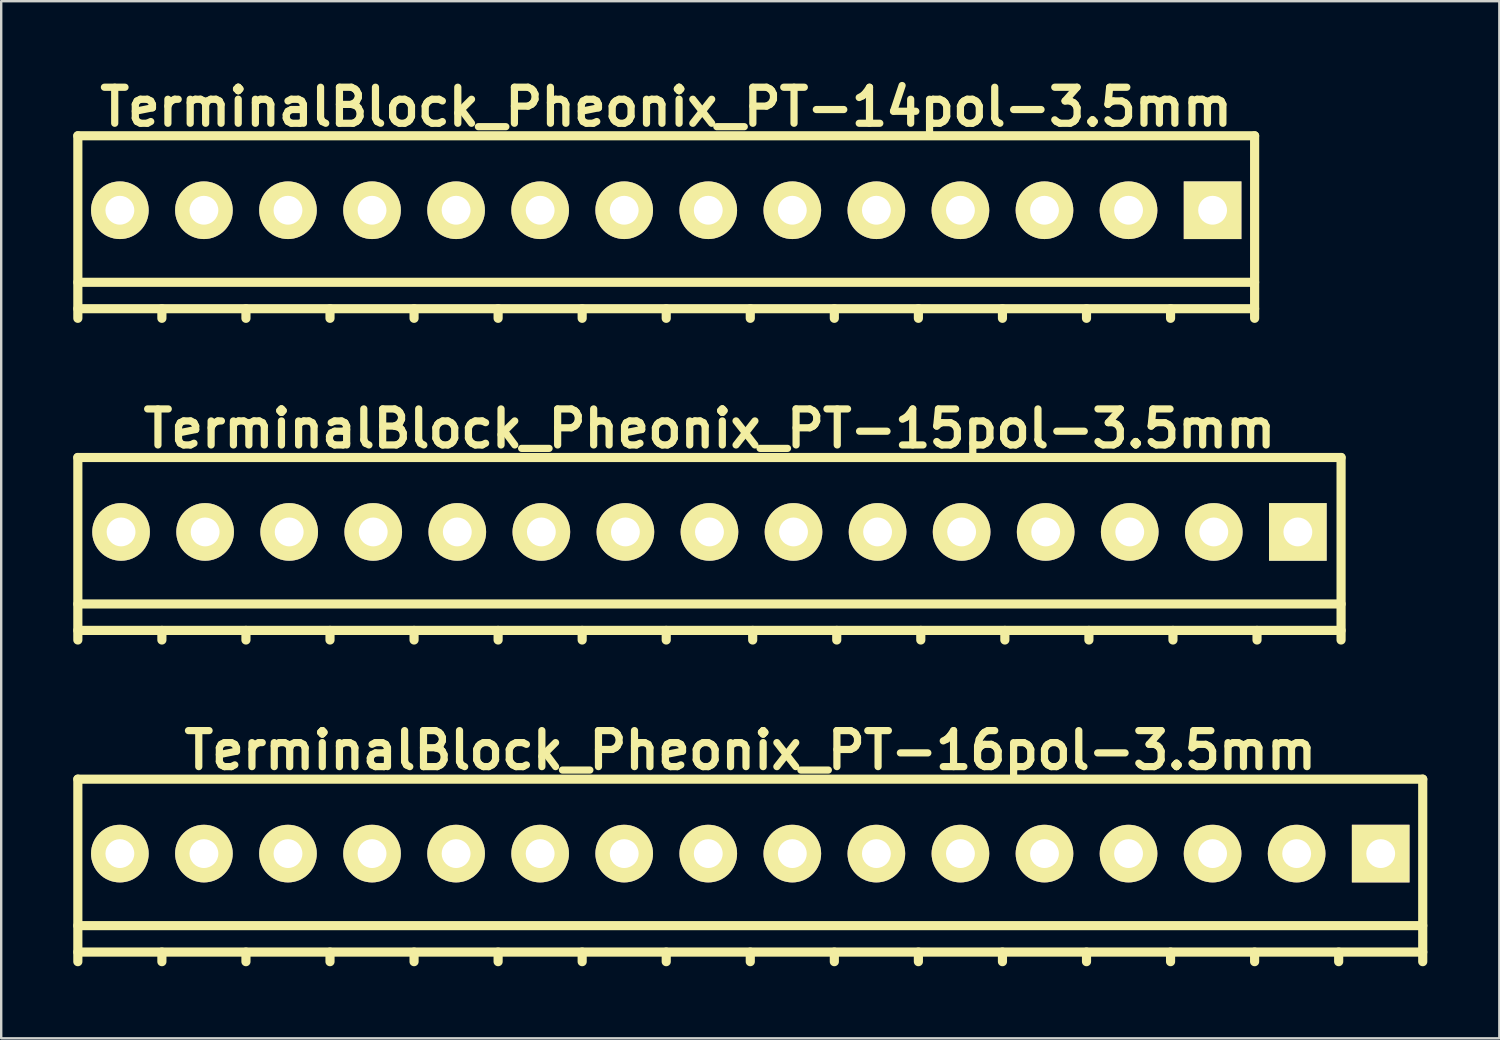
<source format=kicad_pcb>
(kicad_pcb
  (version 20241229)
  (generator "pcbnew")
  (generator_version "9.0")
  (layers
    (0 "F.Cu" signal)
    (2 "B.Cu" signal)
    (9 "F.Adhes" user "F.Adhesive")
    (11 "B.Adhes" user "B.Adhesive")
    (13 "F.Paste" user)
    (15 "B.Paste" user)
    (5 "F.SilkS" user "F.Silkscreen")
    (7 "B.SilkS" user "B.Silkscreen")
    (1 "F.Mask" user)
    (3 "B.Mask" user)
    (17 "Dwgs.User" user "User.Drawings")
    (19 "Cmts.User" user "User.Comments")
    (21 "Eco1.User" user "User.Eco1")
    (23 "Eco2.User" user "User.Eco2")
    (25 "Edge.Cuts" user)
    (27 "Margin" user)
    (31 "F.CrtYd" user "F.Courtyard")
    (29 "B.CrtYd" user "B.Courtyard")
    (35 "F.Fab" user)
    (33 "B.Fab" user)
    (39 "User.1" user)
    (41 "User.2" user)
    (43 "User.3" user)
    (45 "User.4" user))
  (footprint "TerminalBlock_Pheonix_PT-14pol-3.5mm"
    (layer "F.Cu")
    (at 24.691 6.404)
    (property "Reference" "TerminalBlock_Pheonix_PT-14pol-3.5mm" (at 0 -5 0) (layer "F.SilkS") (effects (font (size 1.5 1.5) (thickness 0.3))))
    (attr through_hole)
    (fp_line (start -24.5 -3.8) (end -24.5 3.8) (stroke (width 0.381) (type solid)) (layer "F.SilkS"))
    (fp_line (start -24.5 2.3) (end 24.5 2.3) (stroke (width 0.381) (type solid)) (layer "F.SilkS"))
    (fp_line (start -24.5 3.4) (end 24.5 3.4) (stroke (width 0.381) (type solid)) (layer "F.SilkS"))
    (fp_line (start -21 3.4) (end -21 3.8) (stroke (width 0.381) (type solid)) (layer "F.SilkS"))
    (fp_line (start -17.5 3.4) (end -17.5 3.8) (stroke (width 0.381) (type solid)) (layer "F.SilkS"))
    (fp_line (start -14 3.4) (end -14 3.8) (stroke (width 0.381) (type solid)) (layer "F.SilkS"))
    (fp_line (start -10.5 3.4) (end -10.5 3.8) (stroke (width 0.381) (type solid)) (layer "F.SilkS"))
    (fp_line (start -7 3.4) (end -7 3.8) (stroke (width 0.381) (type solid)) (layer "F.SilkS"))
    (fp_line (start -3.5 3.4) (end -3.5 3.8) (stroke (width 0.381) (type solid)) (layer "F.SilkS"))
    (fp_line (start 0 3.4) (end 0 3.8) (stroke (width 0.381) (type solid)) (layer "F.SilkS"))
    (fp_line (start 3.5 3.4) (end 3.5 3.8) (stroke (width 0.381) (type solid)) (layer "F.SilkS"))
    (fp_line (start 7 3.4) (end 7 3.8) (stroke (width 0.381) (type solid)) (layer "F.SilkS"))
    (fp_line (start 10.5 3.4) (end 10.5 3.8) (stroke (width 0.381) (type solid)) (layer "F.SilkS"))
    (fp_line (start 14 3.4) (end 14 3.8) (stroke (width 0.381) (type solid)) (layer "F.SilkS"))
    (fp_line (start 17.5 3.4) (end 17.5 3.8) (stroke (width 0.381) (type solid)) (layer "F.SilkS"))
    (fp_line (start 21 3.4) (end 21 3.8) (stroke (width 0.381) (type solid)) (layer "F.SilkS"))
    (fp_line (start 24.5 -3.8) (end -24.5 -3.8) (stroke (width 0.381) (type solid)) (layer "F.SilkS"))
    (fp_line (start 24.5 3.8) (end 24.5 -3.8) (stroke (width 0.381) (type solid)) (layer "F.SilkS"))
    (pad "1" thru_hole rect (at 22.75 -0.7) (size 2.4 2.4) (drill 1.2) (layers "*.Cu" "*.Mask" "F.SilkS"))
    (pad "2" thru_hole circle (at 19.25 -0.7) (size 2.4 2.4) (drill 1.2) (layers "*.Cu" "*.Mask" "F.SilkS"))
    (pad "3" thru_hole circle (at 15.75 -0.7) (size 2.4 2.4) (drill 1.2) (layers "*.Cu" "*.Mask" "F.SilkS"))
    (pad "4" thru_hole circle (at 12.25 -0.7) (size 2.4 2.4) (drill 1.2) (layers "*.Cu" "*.Mask" "F.SilkS"))
    (pad "5" thru_hole circle (at 8.75 -0.7) (size 2.4 2.4) (drill 1.2) (layers "*.Cu" "*.Mask" "F.SilkS"))
    (pad "6" thru_hole circle (at 5.25 -0.7) (size 2.4 2.4) (drill 1.2) (layers "*.Cu" "*.Mask" "F.SilkS"))
    (pad "7" thru_hole circle (at 1.75 -0.7) (size 2.4 2.4) (drill 1.2) (layers "*.Cu" "*.Mask" "F.SilkS"))
    (pad "8" thru_hole circle (at -1.75 -0.7) (size 2.4 2.4) (drill 1.2) (layers "*.Cu" "*.Mask" "F.SilkS"))
    (pad "9" thru_hole circle (at -5.25 -0.7) (size 2.4 2.4) (drill 1.2) (layers "*.Cu" "*.Mask" "F.SilkS"))
    (pad "10" thru_hole circle (at -8.75 -0.7) (size 2.4 2.4) (drill 1.2) (layers "*.Cu" "*.Mask" "F.SilkS"))
    (pad "11" thru_hole circle (at -12.25 -0.7) (size 2.4 2.4) (drill 1.2) (layers "*.Cu" "*.Mask" "F.SilkS"))
    (pad "12" thru_hole circle (at -15.75 -0.7) (size 2.4 2.4) (drill 1.2) (layers "*.Cu" "*.Mask" "F.SilkS"))
    (pad "13" thru_hole circle (at -19.25 -0.7) (size 2.4 2.4) (drill 1.2) (layers "*.Cu" "*.Mask" "F.SilkS"))
    (pad "14" thru_hole circle (at -22.75 -0.7) (size 2.4 2.4) (drill 1.2) (layers "*.Cu" "*.Mask" "F.SilkS")))
  (footprint "TerminalBlock_Pheonix_PT-16pol-3.5mm"
    (layer "F.Cu")
    (at 28.191 33.193)
    (property "Reference" "TerminalBlock_Pheonix_PT-16pol-3.5mm" (at 0 -5 0) (layer "F.SilkS") (effects (font (size 1.5 1.5) (thickness 0.3))))
    (attr through_hole)
    (fp_line (start -28 -3.8) (end -28 3.8) (stroke (width 0.381) (type solid)) (layer "F.SilkS"))
    (fp_line (start -28 2.3) (end 28 2.3) (stroke (width 0.381) (type solid)) (layer "F.SilkS"))
    (fp_line (start -28 3.4) (end 28 3.4) (stroke (width 0.381) (type solid)) (layer "F.SilkS"))
    (fp_line (start -24.5 3.4) (end -24.5 3.8) (stroke (width 0.381) (type solid)) (layer "F.SilkS"))
    (fp_line (start -21 3.4) (end -21 3.8) (stroke (width 0.381) (type solid)) (layer "F.SilkS"))
    (fp_line (start -17.5 3.4) (end -17.5 3.8) (stroke (width 0.381) (type solid)) (layer "F.SilkS"))
    (fp_line (start -14 3.4) (end -14 3.8) (stroke (width 0.381) (type solid)) (layer "F.SilkS"))
    (fp_line (start -10.5 3.4) (end -10.5 3.8) (stroke (width 0.381) (type solid)) (layer "F.SilkS"))
    (fp_line (start -7 3.4) (end -7 3.8) (stroke (width 0.381) (type solid)) (layer "F.SilkS"))
    (fp_line (start -3.5 3.4) (end -3.5 3.8) (stroke (width 0.381) (type solid)) (layer "F.SilkS"))
    (fp_line (start 0 3.4) (end 0 3.8) (stroke (width 0.381) (type solid)) (layer "F.SilkS"))
    (fp_line (start 3.5 3.4) (end 3.5 3.8) (stroke (width 0.381) (type solid)) (layer "F.SilkS"))
    (fp_line (start 7 3.4) (end 7 3.8) (stroke (width 0.381) (type solid)) (layer "F.SilkS"))
    (fp_line (start 10.5 3.4) (end 10.5 3.8) (stroke (width 0.381) (type solid)) (layer "F.SilkS"))
    (fp_line (start 14 3.4) (end 14 3.8) (stroke (width 0.381) (type solid)) (layer "F.SilkS"))
    (fp_line (start 17.5 3.4) (end 17.5 3.8) (stroke (width 0.381) (type solid)) (layer "F.SilkS"))
    (fp_line (start 21 3.4) (end 21 3.8) (stroke (width 0.381) (type solid)) (layer "F.SilkS"))
    (fp_line (start 24.5 3.4) (end 24.5 3.8) (stroke (width 0.381) (type solid)) (layer "F.SilkS"))
    (fp_line (start 28 -3.8) (end -28 -3.8) (stroke (width 0.381) (type solid)) (layer "F.SilkS"))
    (fp_line (start 28 3.8) (end 28 -3.8) (stroke (width 0.381) (type solid)) (layer "F.SilkS"))
    (pad "1" thru_hole rect (at 26.25 -0.7) (size 2.4 2.4) (drill 1.2) (layers "*.Cu" "*.Mask" "F.SilkS"))
    (pad "2" thru_hole circle (at 22.75 -0.7) (size 2.4 2.4) (drill 1.2) (layers "*.Cu" "*.Mask" "F.SilkS"))
    (pad "3" thru_hole circle (at 19.25 -0.7) (size 2.4 2.4) (drill 1.2) (layers "*.Cu" "*.Mask" "F.SilkS"))
    (pad "4" thru_hole circle (at 15.75 -0.7) (size 2.4 2.4) (drill 1.2) (layers "*.Cu" "*.Mask" "F.SilkS"))
    (pad "5" thru_hole circle (at 12.25 -0.7) (size 2.4 2.4) (drill 1.2) (layers "*.Cu" "*.Mask" "F.SilkS"))
    (pad "6" thru_hole circle (at 8.75 -0.7) (size 2.4 2.4) (drill 1.2) (layers "*.Cu" "*.Mask" "F.SilkS"))
    (pad "7" thru_hole circle (at 5.25 -0.7) (size 2.4 2.4) (drill 1.2) (layers "*.Cu" "*.Mask" "F.SilkS"))
    (pad "8" thru_hole circle (at 1.75 -0.7) (size 2.4 2.4) (drill 1.2) (layers "*.Cu" "*.Mask" "F.SilkS"))
    (pad "9" thru_hole circle (at -1.75 -0.7) (size 2.4 2.4) (drill 1.2) (layers "*.Cu" "*.Mask" "F.SilkS"))
    (pad "10" thru_hole circle (at -5.25 -0.7) (size 2.4 2.4) (drill 1.2) (layers "*.Cu" "*.Mask" "F.SilkS"))
    (pad "11" thru_hole circle (at -8.75 -0.7) (size 2.4 2.4) (drill 1.2) (layers "*.Cu" "*.Mask" "F.SilkS"))
    (pad "12" thru_hole circle (at -12.25 -0.7) (size 2.4 2.4) (drill 1.2) (layers "*.Cu" "*.Mask" "F.SilkS"))
    (pad "13" thru_hole circle (at -15.75 -0.7) (size 2.4 2.4) (drill 1.2) (layers "*.Cu" "*.Mask" "F.SilkS"))
    (pad "14" thru_hole circle (at -19.25 -0.7) (size 2.4 2.4) (drill 1.2) (layers "*.Cu" "*.Mask" "F.SilkS"))
    (pad "15" thru_hole circle (at -22.75 -0.7) (size 2.4 2.4) (drill 1.2) (layers "*.Cu" "*.Mask" "F.SilkS"))
    (pad "16" thru_hole circle (at -26.25 -0.7) (size 2.4 2.4) (drill 1.2) (layers "*.Cu" "*.Mask" "F.SilkS")))
  (footprint "TerminalBlock_Pheonix_PT-15pol-3.5mm"
    (layer "F.Cu")
    (at 26.491 19.799)
    (property "Reference" "TerminalBlock_Pheonix_PT-15pol-3.5mm" (at 0 -5 0) (layer "F.SilkS") (effects (font (size 1.5 1.5) (thickness 0.3))))
    (attr through_hole)
    (fp_line (start -26.3 -3.8) (end -26.3 3.8) (stroke (width 0.381) (type solid)) (layer "F.SilkS"))
    (fp_line (start -26.3 2.3) (end 26.3 2.3) (stroke (width 0.381) (type solid)) (layer "F.SilkS"))
    (fp_line (start -26.3 3.4) (end 26.3 3.4) (stroke (width 0.381) (type solid)) (layer "F.SilkS"))
    (fp_line (start -22.8 3.4) (end -22.8 3.8) (stroke (width 0.381) (type solid)) (layer "F.SilkS"))
    (fp_line (start -19.3 3.4) (end -19.3 3.8) (stroke (width 0.381) (type solid)) (layer "F.SilkS"))
    (fp_line (start -15.8 3.4) (end -15.8 3.8) (stroke (width 0.381) (type solid)) (layer "F.SilkS"))
    (fp_line (start -12.3 3.4) (end -12.3 3.8) (stroke (width 0.381) (type solid)) (layer "F.SilkS"))
    (fp_line (start -8.8 3.4) (end -8.8 3.8) (stroke (width 0.381) (type solid)) (layer "F.SilkS"))
    (fp_line (start -5.3 3.4) (end -5.3 3.8) (stroke (width 0.381) (type solid)) (layer "F.SilkS"))
    (fp_line (start -1.8 3.4) (end -1.8 3.8) (stroke (width 0.381) (type solid)) (layer "F.SilkS"))
    (fp_line (start 1.8 3.4) (end 1.8 3.8) (stroke (width 0.381) (type solid)) (layer "F.SilkS"))
    (fp_line (start 5.3 3.4) (end 5.3 3.8) (stroke (width 0.381) (type solid)) (layer "F.SilkS"))
    (fp_line (start 8.8 3.4) (end 8.8 3.8) (stroke (width 0.381) (type solid)) (layer "F.SilkS"))
    (fp_line (start 12.3 3.4) (end 12.3 3.8) (stroke (width 0.381) (type solid)) (layer "F.SilkS"))
    (fp_line (start 15.8 3.4) (end 15.8 3.8) (stroke (width 0.381) (type solid)) (layer "F.SilkS"))
    (fp_line (start 19.3 3.4) (end 19.3 3.8) (stroke (width 0.381) (type solid)) (layer "F.SilkS"))
    (fp_line (start 22.8 3.4) (end 22.8 3.8) (stroke (width 0.381) (type solid)) (layer "F.SilkS"))
    (fp_line (start 26.3 -3.8) (end -26.3 -3.8) (stroke (width 0.381) (type solid)) (layer "F.SilkS"))
    (fp_line (start 26.3 3.8) (end 26.3 -3.8) (stroke (width 0.381) (type solid)) (layer "F.SilkS"))
    (pad "1" thru_hole rect (at 24.5 -0.7) (size 2.4 2.4) (drill 1.2) (layers "*.Cu" "*.Mask" "F.SilkS"))
    (pad "2" thru_hole circle (at 21 -0.7) (size 2.4 2.4) (drill 1.2) (layers "*.Cu" "*.Mask" "F.SilkS"))
    (pad "3" thru_hole circle (at 17.5 -0.7) (size 2.4 2.4) (drill 1.2) (layers "*.Cu" "*.Mask" "F.SilkS"))
    (pad "4" thru_hole circle (at 14 -0.7) (size 2.4 2.4) (drill 1.2) (layers "*.Cu" "*.Mask" "F.SilkS"))
    (pad "5" thru_hole circle (at 10.5 -0.7) (size 2.4 2.4) (drill 1.2) (layers "*.Cu" "*.Mask" "F.SilkS"))
    (pad "6" thru_hole circle (at 7 -0.7) (size 2.4 2.4) (drill 1.2) (layers "*.Cu" "*.Mask" "F.SilkS"))
    (pad "7" thru_hole circle (at 3.5 -0.7) (size 2.4 2.4) (drill 1.2) (layers "*.Cu" "*.Mask" "F.SilkS"))
    (pad "8" thru_hole circle (at 0 -0.7) (size 2.4 2.4) (drill 1.2) (layers "*.Cu" "*.Mask" "F.SilkS"))
    (pad "9" thru_hole circle (at -3.5 -0.7) (size 2.4 2.4) (drill 1.2) (layers "*.Cu" "*.Mask" "F.SilkS"))
    (pad "10" thru_hole circle (at -7 -0.7) (size 2.4 2.4) (drill 1.2) (layers "*.Cu" "*.Mask" "F.SilkS"))
    (pad "11" thru_hole circle (at -10.5 -0.7) (size 2.4 2.4) (drill 1.2) (layers "*.Cu" "*.Mask" "F.SilkS"))
    (pad "12" thru_hole circle (at -14 -0.7) (size 2.4 2.4) (drill 1.2) (layers "*.Cu" "*.Mask" "F.SilkS"))
    (pad "13" thru_hole circle (at -17.5 -0.7) (size 2.4 2.4) (drill 1.2) (layers "*.Cu" "*.Mask" "F.SilkS"))
    (pad "14" thru_hole circle (at -21 -0.7) (size 2.4 2.4) (drill 1.2) (layers "*.Cu" "*.Mask" "F.SilkS"))
    (pad "15" thru_hole circle (at -24.5 -0.7) (size 2.4 2.4) (drill 1.2) (layers "*.Cu" "*.Mask" "F.SilkS")))
  (gr_rect
    (start -3 -3)
    (end 59.381 40.184)
    (stroke (width 0.1) (type default))
    (fill no)
    (layer "Edge.Cuts")))
</source>
